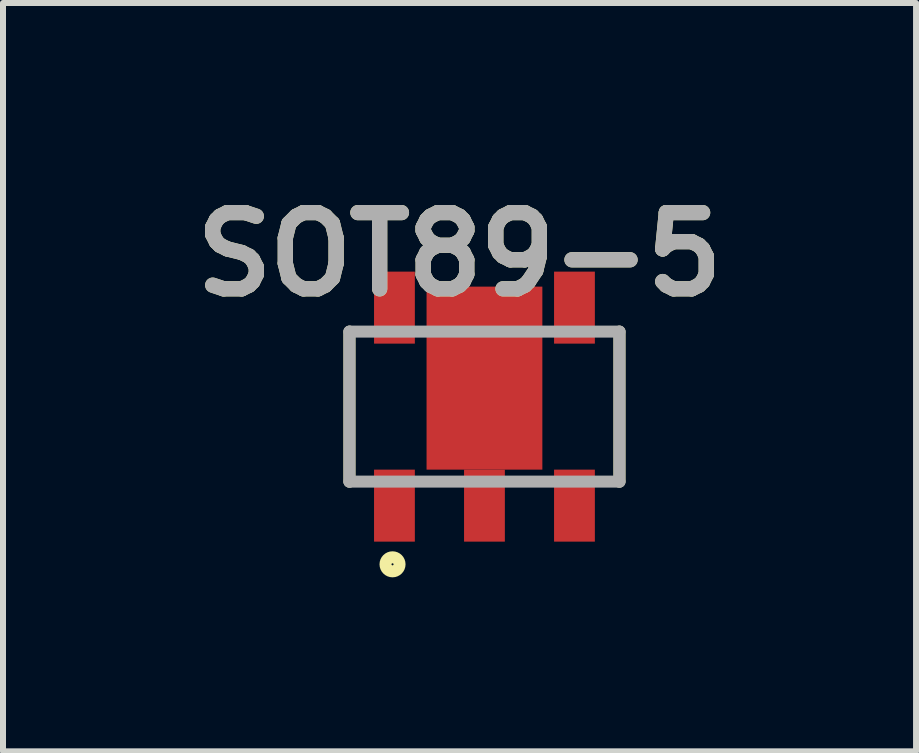
<source format=kicad_pcb>
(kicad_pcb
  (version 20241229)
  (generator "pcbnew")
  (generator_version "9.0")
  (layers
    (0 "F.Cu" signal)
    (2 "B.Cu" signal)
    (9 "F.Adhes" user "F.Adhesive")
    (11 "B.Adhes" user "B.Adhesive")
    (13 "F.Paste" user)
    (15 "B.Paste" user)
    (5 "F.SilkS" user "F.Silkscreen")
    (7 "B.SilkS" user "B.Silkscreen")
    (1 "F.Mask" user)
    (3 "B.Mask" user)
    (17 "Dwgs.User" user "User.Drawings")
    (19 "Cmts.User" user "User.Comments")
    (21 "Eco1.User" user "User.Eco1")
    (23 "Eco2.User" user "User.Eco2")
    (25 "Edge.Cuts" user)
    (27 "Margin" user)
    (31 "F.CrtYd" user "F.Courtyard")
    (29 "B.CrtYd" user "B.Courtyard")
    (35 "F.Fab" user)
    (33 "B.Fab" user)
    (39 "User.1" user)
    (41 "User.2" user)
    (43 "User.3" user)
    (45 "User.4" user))
  (footprint "SOT89-5"
    (layer "F.Cu")
    (at 5.024 3.727)
    (property "Reference" "SOT89-5" (at -0.416 -2.538 0) (layer "F.SilkS") (effects (font (size 1.27 1.27) (thickness 0.254))))
    (attr smd)
    (fp_line (start -2.25 1.25) (end -2.25 -1.25) (stroke (width 0.2) (type solid)) (layer "F.SilkS"))
    (fp_line (start 2.25 -1.25) (end 2.25 1.25) (stroke (width 0.2) (type solid)) (layer "F.SilkS"))
    (fp_circle (center -1.532 2.628) (end -1.532 2.645) (stroke (width 0.2) (type solid)) (fill no) (layer "F.SilkS"))
    (fp_line (start -2.25 -1.25) (end 2.25 -1.25) (stroke (width 0.2) (type solid)) (layer "F.Fab"))
    (fp_line (start -2.25 1.25) (end -2.25 -1.25) (stroke (width 0.2) (type solid)) (layer "F.Fab"))
    (fp_line (start 2.25 -1.25) (end 2.25 1.25) (stroke (width 0.2) (type solid)) (layer "F.Fab"))
    (fp_line (start 2.25 1.25) (end -2.25 1.25) (stroke (width 0.2) (type solid)) (layer "F.Fab"))
    (fp_text user "${REFERENCE}" (at -0.416 -2.538 0) (layer "F.Fab") (effects (font (size 1.27 1.27) (thickness 0.254))))
    (pad "1" smd rect (at -1.5 1.65) (size 0.68 1.2) (layers "F.Cu" "F.Mask" "F.Paste"))
    (pad "2" smd rect (at 0 1.65) (size 0.68 1.2) (layers "F.Cu" "F.Mask" "F.Paste"))
    (pad "3" smd rect (at 1.5 1.65) (size 0.68 1.2) (layers "F.Cu" "F.Mask" "F.Paste"))
    (pad "4" smd rect (at 1.5 -1.65) (size 0.68 1.2) (layers "F.Cu" "F.Mask" "F.Paste"))
    (pad "5" smd rect (at -1.5 -1.65) (size 0.68 1.2) (layers "F.Cu" "F.Mask" "F.Paste"))
    (pad "6" smd rect (at 0 -0.475) (size 1.93 3.05) (layers "F.Cu" "F.Mask" "F.Paste")))
  (gr_rect
    (start -3 -3)
    (end 12.217 9.472)
    (stroke (width 0.1) (type default))
    (fill no)
    (layer "Edge.Cuts")))
</source>
